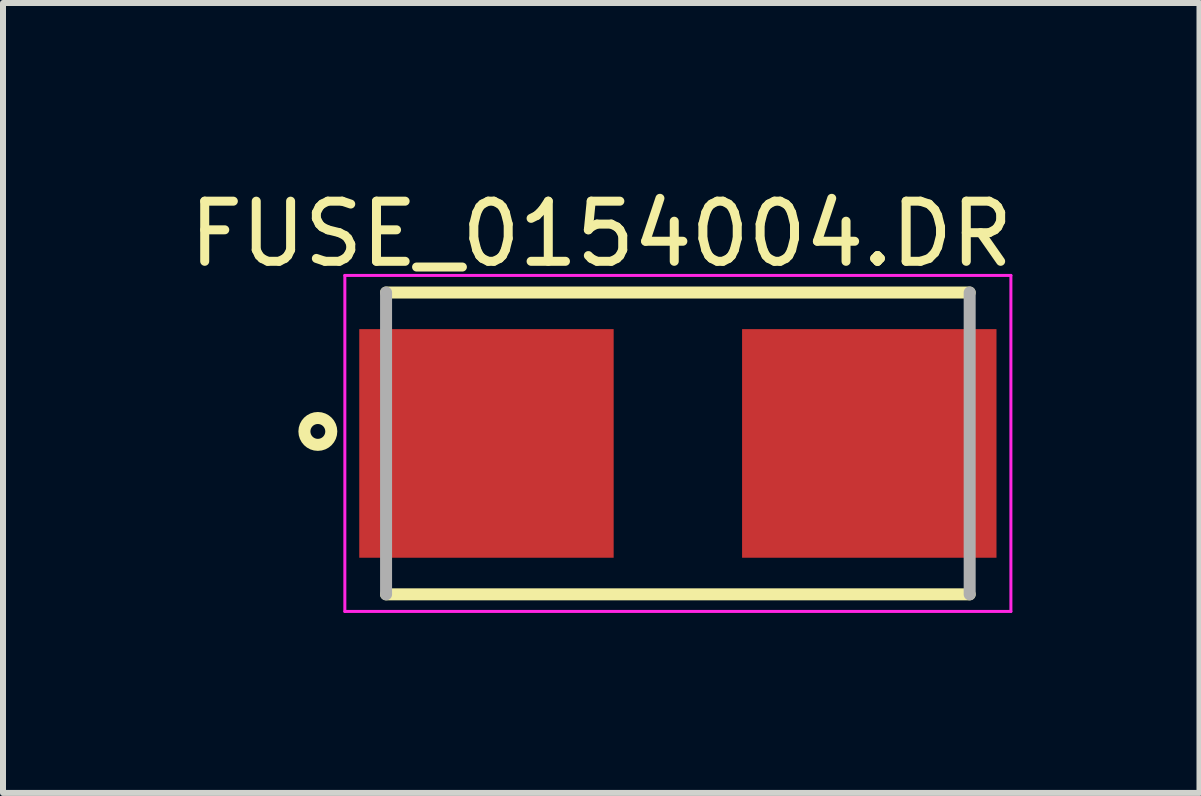
<source format=kicad_pcb>
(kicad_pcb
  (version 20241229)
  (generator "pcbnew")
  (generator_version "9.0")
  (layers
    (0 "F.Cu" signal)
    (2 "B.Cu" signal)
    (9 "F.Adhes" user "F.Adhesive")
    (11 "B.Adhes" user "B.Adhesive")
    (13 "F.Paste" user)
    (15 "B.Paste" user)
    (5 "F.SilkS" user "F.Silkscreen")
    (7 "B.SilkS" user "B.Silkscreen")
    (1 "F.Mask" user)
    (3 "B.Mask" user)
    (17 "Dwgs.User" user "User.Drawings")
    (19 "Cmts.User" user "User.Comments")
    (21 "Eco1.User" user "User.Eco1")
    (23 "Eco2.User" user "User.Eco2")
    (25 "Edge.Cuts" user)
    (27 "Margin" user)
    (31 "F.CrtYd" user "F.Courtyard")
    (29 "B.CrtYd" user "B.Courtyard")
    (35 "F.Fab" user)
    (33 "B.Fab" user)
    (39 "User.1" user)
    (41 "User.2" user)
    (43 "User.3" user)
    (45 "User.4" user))
  (footprint "FUSE_0154004.DR"
    (layer "F.Cu")
    (at 8.247 4.34)
    (property "Reference" "FUSE_0154004.DR" (at -1.277 -3.491 0) (layer "F.SilkS") (effects (font (size 1.002 1.002) (thickness 0.15))))
    (attr smd)
    (fp_line (start -4.863 -2.515) (end 4.863 -2.515) (stroke (width 0.2) (type solid)) (layer "F.SilkS"))
    (fp_line (start 4.863 2.515) (end -4.863 2.515) (stroke (width 0.2) (type solid)) (layer "F.SilkS"))
    (fp_circle (center -6 -0.2) (end -5.776 -0.2) (stroke (width 0.2) (type solid)) (fill no) (layer "F.SilkS"))
    (fp_line (start -5.55 -2.8) (end 5.55 -2.8) (stroke (width 0.05) (type solid)) (layer "F.CrtYd"))
    (fp_line (start -5.55 2.8) (end -5.55 -2.8) (stroke (width 0.05) (type solid)) (layer "F.CrtYd"))
    (fp_line (start 5.55 -2.8) (end 5.55 2.8) (stroke (width 0.05) (type solid)) (layer "F.CrtYd"))
    (fp_line (start 5.55 2.8) (end -5.55 2.8) (stroke (width 0.05) (type solid)) (layer "F.CrtYd"))
    (fp_line (start -4.863 2.515) (end -4.863 -2.515) (stroke (width 0.2) (type solid)) (layer "F.Fab"))
    (fp_line (start 4.863 -2.515) (end 4.863 2.515) (stroke (width 0.2) (type solid)) (layer "F.Fab"))
    (pad "1" smd rect (at -3.19 0) (size 4.24 3.81) (layers "F.Cu" "F.Mask" "F.Paste"))
    (pad "2" smd rect (at 3.19 0) (size 4.24 3.81) (layers "F.Cu" "F.Mask" "F.Paste")))
  (gr_rect
    (start -3 -3)
    (end 16.94 10.165)
    (stroke (width 0.1) (type default))
    (fill no)
    (layer "Edge.Cuts")))
</source>
